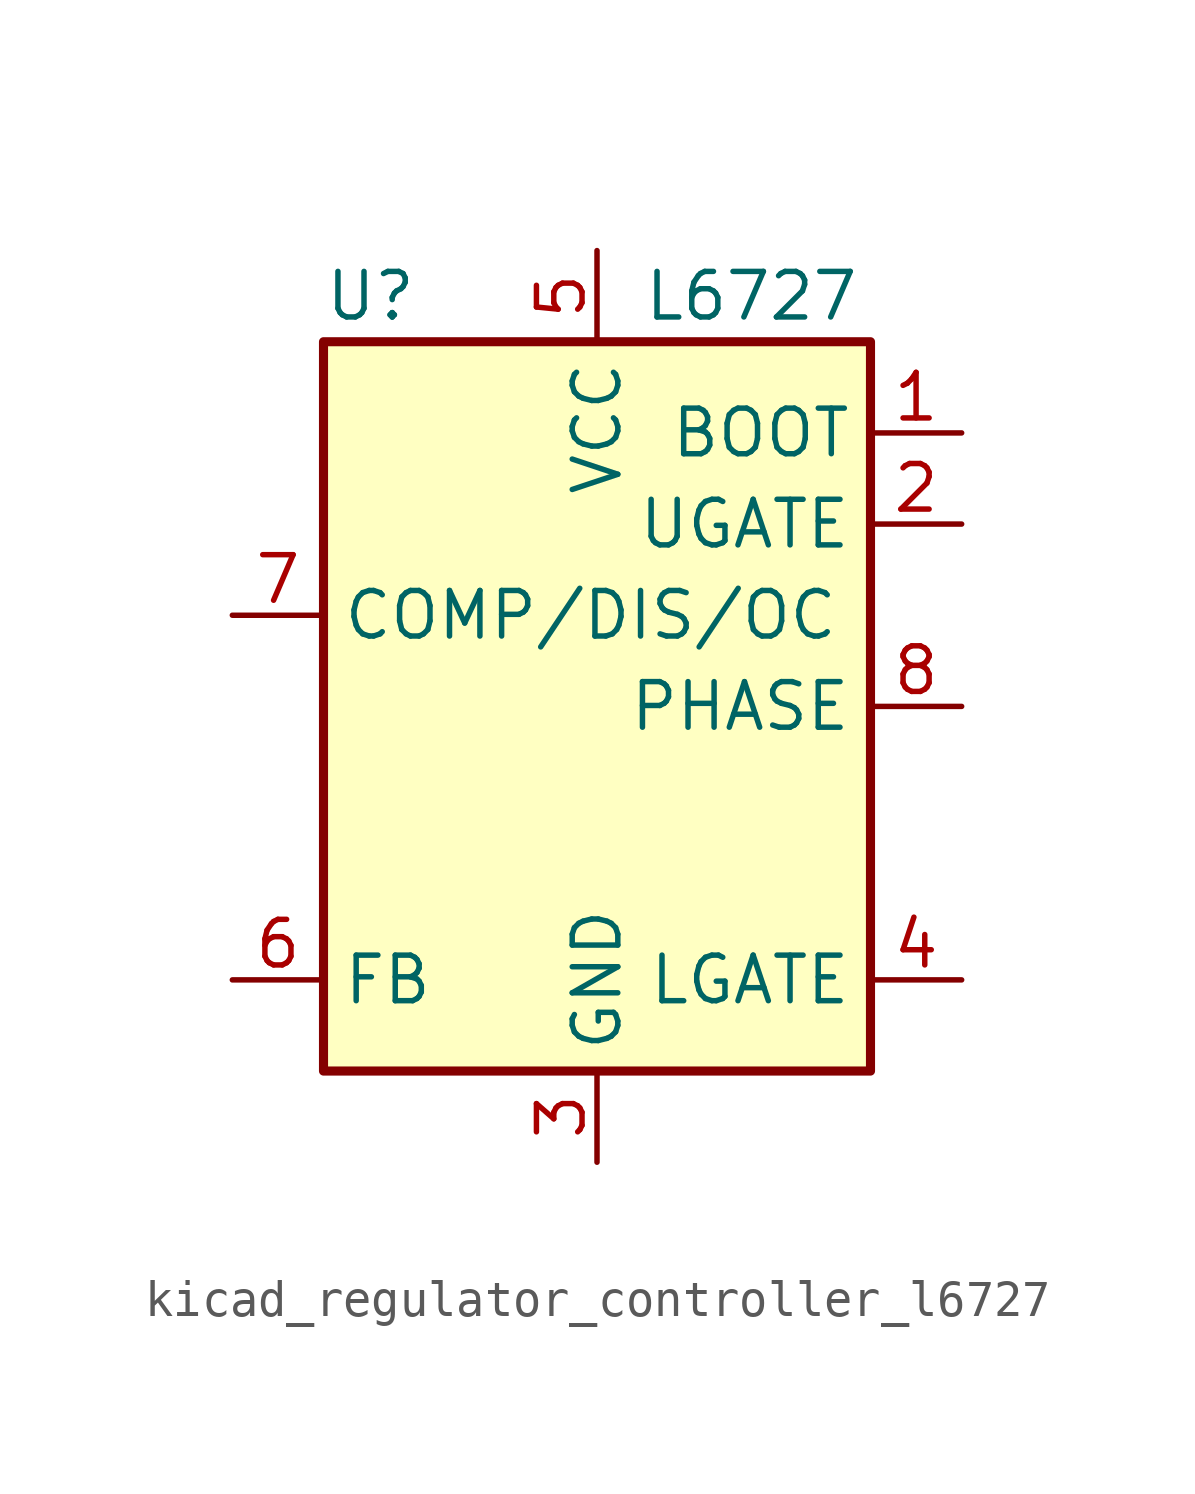
<source format=kicad_sym>
(kicad_symbol_lib
  (version 20220914)
  (generator kicad_symbol_editor)
  (symbol "kicad_regulator_controller_l6727"
    (property "Reference" "U"
      (at -7.62 11.43 0)
      (effects (font (size 1.27 1.27)) (justify left)))
    (property "Value" "L6727"
      (at 1.27 11.43 0)
      (effects (font (size 1.27 1.27)) (justify left)))
    (symbol "kicad_regulator_controller_l6727_0_0"
      (rectangle (start -7.62 10.16) (end 7.62 -10.16) (stroke (width 0.254) (type default)) (fill (type background))))
    (symbol "kicad_regulator_controller_l6727_1_1"
      (pin input line (at 10.16 7.62 180) (length 2.54) (name "BOOT" (effects (font (size 1.27 1.27)))) (number "1" (effects (font (size 1.27 1.27)))))
      (pin output line (at 10.16 5.08 180) (length 2.54) (name "UGATE" (effects (font (size 1.27 1.27)))) (number "2" (effects (font (size 1.27 1.27)))))
      (pin power_in line (at 0 -12.7 90) (length 2.54) (name "GND" (effects (font (size 1.27 1.27)))) (number "3" (effects (font (size 1.27 1.27)))))
      (pin output line (at 10.16 -7.62 180) (length 2.54) (name "LGATE" (effects (font (size 1.27 1.27)))) (number "4" (effects (font (size 1.27 1.27)))))
      (pin power_in line (at 0 12.7 270) (length 2.54) (name "VCC" (effects (font (size 1.27 1.27)))) (number "5" (effects (font (size 1.27 1.27)))))
      (pin input line (at -10.16 -7.62 0) (length 2.54) (name "FB" (effects (font (size 1.27 1.27)))) (number "6" (effects (font (size 1.27 1.27)))))
      (pin input line (at -10.16 2.54 0) (length 2.54) (name "COMP/DIS/OC" (effects (font (size 1.27 1.27)))) (number "7" (effects (font (size 1.27 1.27)))))
      (pin passive line (at 10.16 0 180) (length 2.54) (name "PHASE" (effects (font (size 1.27 1.27)))) (number "8" (effects (font (size 1.27 1.27))))))))
</source>
